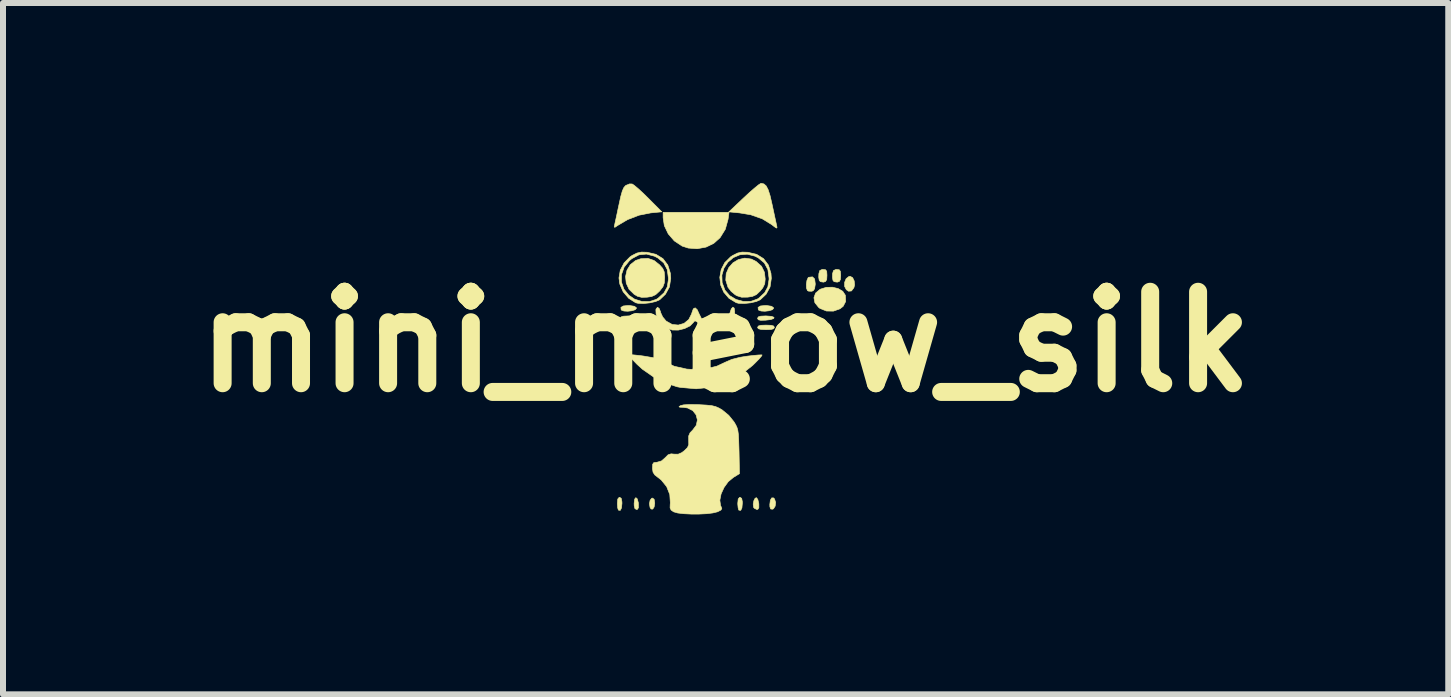
<source format=kicad_pcb>
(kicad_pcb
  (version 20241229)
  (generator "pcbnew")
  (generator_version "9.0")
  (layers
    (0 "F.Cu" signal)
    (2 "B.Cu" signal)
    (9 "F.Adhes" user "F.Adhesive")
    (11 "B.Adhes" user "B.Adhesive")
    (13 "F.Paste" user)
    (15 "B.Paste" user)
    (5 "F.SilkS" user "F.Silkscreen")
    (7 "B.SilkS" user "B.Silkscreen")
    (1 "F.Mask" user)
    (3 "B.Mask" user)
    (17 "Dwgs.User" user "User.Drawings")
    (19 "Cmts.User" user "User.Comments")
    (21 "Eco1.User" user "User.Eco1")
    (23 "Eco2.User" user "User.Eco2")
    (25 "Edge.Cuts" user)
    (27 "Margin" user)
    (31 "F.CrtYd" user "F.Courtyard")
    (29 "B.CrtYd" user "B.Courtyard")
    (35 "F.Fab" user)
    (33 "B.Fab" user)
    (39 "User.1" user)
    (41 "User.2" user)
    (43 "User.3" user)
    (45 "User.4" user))
  (footprint "mini_meow_silk"
    (layer "F.Cu")
    (at 9.042 2.647)
    (property "Reference" "mini_meow_silk" (at 0 0 0) (layer "F.SilkS") (effects (font (size 1.524 1.524) (thickness 0.3))))
    (attr through_hole)
    (fp_poly (pts (xy -1.473 2.615) (xy -1.455 2.678) (xy -1.453 2.701) (xy -1.453 2.765) (xy -1.47 2.792) (xy -1.484 2.794) (xy -1.511 2.779) (xy -1.523 2.729) (xy -1.524 2.69) (xy -1.515 2.62) (xy -1.496 2.596) (xy -1.473 2.615)) (stroke (width 0.01) (type solid)) (fill yes) (layer "F.SilkS"))
    (fp_poly (pts (xy -1.191 2.623) (xy -1.181 2.686) (xy -1.181 2.69) (xy -1.191 2.752) (xy -1.214 2.787) (xy -1.242 2.786) (xy -1.259 2.76) (xy -1.269 2.698) (xy -1.258 2.64) (xy -1.231 2.606) (xy -1.219 2.603) (xy -1.191 2.623)) (stroke (width 0.01) (type solid)) (fill yes) (layer "F.SilkS"))
    (fp_poly (pts (xy 0.8 2.601) (xy 0.816 2.619) (xy 0.834 2.677) (xy 0.826 2.738) (xy 0.798 2.782) (xy 0.781 2.789) (xy 0.751 2.785) (xy 0.738 2.748) (xy 0.737 2.708) (xy 0.746 2.639) (xy 0.769 2.6) (xy 0.8 2.601)) (stroke (width 0.01) (type solid)) (fill yes) (layer "F.SilkS"))
    (fp_poly (pts (xy -1.529 -0.276) (xy -1.485 -0.264) (xy -1.473 -0.241) (xy -1.486 -0.218) (xy -1.53 -0.206) (xy -1.613 -0.203) (xy -1.697 -0.207) (xy -1.741 -0.219) (xy -1.753 -0.241) (xy -1.74 -0.264) (xy -1.696 -0.276) (xy -1.613 -0.279) (xy -1.529 -0.276)) (stroke (width 0.01) (type solid)) (fill yes) (layer "F.SilkS"))
    (fp_poly (pts (xy 0.537 2.627) (xy 0.552 2.687) (xy 0.554 2.701) (xy 0.554 2.765) (xy 0.537 2.791) (xy 0.521 2.794) (xy 0.478 2.773) (xy 0.466 2.756) (xy 0.46 2.703) (xy 0.471 2.647) (xy 0.492 2.606) (xy 0.515 2.597) (xy 0.537 2.627)) (stroke (width 0.01) (type solid)) (fill yes) (layer "F.SilkS"))
    (fp_poly (pts (xy 0.757 -0.276) (xy 0.801 -0.264) (xy 0.813 -0.241) (xy 0.8 -0.218) (xy 0.756 -0.206) (xy 0.673 -0.203) (xy 0.589 -0.207) (xy 0.545 -0.219) (xy 0.533 -0.241) (xy 0.546 -0.264) (xy 0.59 -0.276) (xy 0.673 -0.279) (xy 0.757 -0.276)) (stroke (width 0.01) (type solid)) (fill yes) (layer "F.SilkS"))
    (fp_poly (pts (xy 2.117 -1.07) (xy 2.143 -1.016) (xy 2.15 -0.949) (xy 2.138 -0.902) (xy 2.097 -0.848) (xy 2.048 -0.844) (xy 2.012 -0.869) (xy 1.983 -0.925) (xy 1.984 -0.993) (xy 2.009 -1.053) (xy 2.055 -1.089) (xy 2.076 -1.092) (xy 2.117 -1.07)) (stroke (width 0.01) (type solid)) (fill yes) (layer "F.SilkS"))
    (fp_poly (pts (xy -1.739 2.608) (xy -1.728 2.664) (xy -1.727 2.691) (xy -1.735 2.768) (xy -1.755 2.808) (xy -1.783 2.805) (xy -1.787 2.802) (xy -1.798 2.768) (xy -1.803 2.705) (xy -1.803 2.688) (xy -1.797 2.619) (xy -1.774 2.592) (xy -1.765 2.591) (xy -1.739 2.608)) (stroke (width 0.01) (type solid)) (fill yes) (layer "F.SilkS"))
    (fp_poly (pts (xy -1.597 -0.605) (xy -1.521 -0.593) (xy -1.488 -0.57) (xy -1.486 -0.559) (xy -1.508 -0.535) (xy -1.563 -0.518) (xy -1.631 -0.51) (xy -1.695 -0.514) (xy -1.737 -0.53) (xy -1.74 -0.534) (xy -1.745 -0.574) (xy -1.705 -0.598) (xy -1.627 -0.606) (xy -1.597 -0.605)) (stroke (width 0.01) (type solid)) (fill yes) (layer "F.SilkS"))
    (fp_poly (pts (xy -1.521 -0.425) (xy -1.479 -0.409) (xy -1.484 -0.389) (xy -1.535 -0.371) (xy -1.621 -0.361) (xy -1.701 -0.359) (xy -1.741 -0.368) (xy -1.753 -0.39) (xy -1.753 -0.392) (xy -1.741 -0.416) (xy -1.701 -0.428) (xy -1.621 -0.432) (xy -1.611 -0.432) (xy -1.521 -0.425)) (stroke (width 0.01) (type solid)) (fill yes) (layer "F.SilkS"))
    (fp_poly (pts (xy 0.268 2.608) (xy 0.279 2.664) (xy 0.279 2.691) (xy 0.272 2.768) (xy 0.252 2.808) (xy 0.223 2.805) (xy 0.219 2.802) (xy 0.209 2.768) (xy 0.203 2.705) (xy 0.203 2.688) (xy 0.21 2.619) (xy 0.233 2.592) (xy 0.241 2.591) (xy 0.268 2.608)) (stroke (width 0.01) (type solid)) (fill yes) (layer "F.SilkS"))
    (fp_poly (pts (xy 0.689 -0.605) (xy 0.765 -0.593) (xy 0.798 -0.57) (xy 0.8 -0.559) (xy 0.778 -0.535) (xy 0.723 -0.518) (xy 0.655 -0.51) (xy 0.591 -0.514) (xy 0.549 -0.53) (xy 0.546 -0.534) (xy 0.541 -0.574) (xy 0.581 -0.598) (xy 0.659 -0.606) (xy 0.689 -0.605)) (stroke (width 0.01) (type solid)) (fill yes) (layer "F.SilkS"))
    (fp_poly (pts (xy 0.765 -0.425) (xy 0.807 -0.409) (xy 0.802 -0.389) (xy 0.751 -0.371) (xy 0.665 -0.361) (xy 0.585 -0.359) (xy 0.545 -0.368) (xy 0.533 -0.39) (xy 0.533 -0.392) (xy 0.545 -0.416) (xy 0.585 -0.428) (xy 0.665 -0.432) (xy 0.675 -0.432) (xy 0.765 -0.425)) (stroke (width 0.01) (type solid)) (fill yes) (layer "F.SilkS"))
    (fp_poly (pts (xy 1.484 -1.048) (xy 1.494 -0.97) (xy 1.494 -0.956) (xy 1.483 -0.885) (xy 1.46 -0.852) (xy 1.434 -0.843) (xy 1.384 -0.845) (xy 1.364 -0.854) (xy 1.348 -0.897) (xy 1.346 -0.961) (xy 1.356 -1.026) (xy 1.376 -1.07) (xy 1.384 -1.076) (xy 1.448 -1.083) (xy 1.484 -1.048)) (stroke (width 0.01) (type solid)) (fill yes) (layer "F.SilkS"))
    (fp_poly (pts (xy 1.667 -1.201) (xy 1.685 -1.175) (xy 1.689 -1.114) (xy 1.689 -1.105) (xy 1.685 -1.038) (xy 1.666 -1.006) (xy 1.632 -0.995) (xy 1.58 -1.003) (xy 1.56 -1.025) (xy 1.552 -1.077) (xy 1.554 -1.135) (xy 1.569 -1.188) (xy 1.608 -1.206) (xy 1.626 -1.206) (xy 1.667 -1.201)) (stroke (width 0.01) (type solid)) (fill yes) (layer "F.SilkS"))
    (fp_poly (pts (xy 1.895 -1.201) (xy 1.913 -1.175) (xy 1.918 -1.114) (xy 1.918 -1.105) (xy 1.913 -1.038) (xy 1.895 -1.006) (xy 1.86 -0.995) (xy 1.808 -1.003) (xy 1.789 -1.025) (xy 1.781 -1.077) (xy 1.782 -1.135) (xy 1.798 -1.188) (xy 1.837 -1.206) (xy 1.854 -1.206) (xy 1.895 -1.201)) (stroke (width 0.01) (type solid)) (fill yes) (layer "F.SilkS"))
    (fp_poly (pts (xy 1.876 -0.888) (xy 1.953 -0.842) (xy 1.995 -0.778) (xy 1.996 -0.774) (xy 2.001 -0.673) (xy 1.959 -0.592) (xy 1.908 -0.552) (xy 1.797 -0.512) (xy 1.68 -0.514) (xy 1.575 -0.556) (xy 1.551 -0.574) (xy 1.488 -0.652) (xy 1.472 -0.735) (xy 1.5 -0.813) (xy 1.573 -0.875) (xy 1.577 -0.877) (xy 1.675 -0.908) (xy 1.779 -0.911) (xy 1.876 -0.888)) (stroke (width 0.01) (type solid)) (fill yes) (layer "F.SilkS"))
    (fp_poly (pts (xy 0.429 -1.38) (xy 0.51 -1.339) (xy 0.599 -1.259) (xy 0.647 -1.16) (xy 0.66 -1.047) (xy 0.652 -0.967) (xy 0.62 -0.901) (xy 0.576 -0.847) (xy 0.512 -0.787) (xy 0.446 -0.757) (xy 0.367 -0.745) (xy 0.267 -0.744) (xy 0.19 -0.768) (xy 0.16 -0.785) (xy 0.093 -0.841) (xy 0.041 -0.908) (xy 0.039 -0.912) (xy 0.003 -1.028) (xy 0.01 -1.138) (xy 0.053 -1.237) (xy 0.123 -1.317) (xy 0.214 -1.372) (xy 0.319 -1.395) (xy 0.429 -1.38)) (stroke (width 0.01) (type solid)) (fill yes) (layer "F.SilkS"))
    (fp_poly (pts (xy -1.557 -2.631) (xy -1.522 -2.608) (xy -1.46 -2.556) (xy -1.38 -2.483) (xy -1.291 -2.396) (xy -1.287 -2.392) (xy -1.063 -2.167) (xy -1.249 -2.149) (xy -1.441 -2.111) (xy -1.634 -2.037) (xy -1.801 -1.938) (xy -1.844 -1.909) (xy -1.856 -1.914) (xy -1.848 -1.956) (xy -1.837 -2.007) (xy -1.818 -2.093) (xy -1.795 -2.203) (xy -1.775 -2.295) (xy -1.747 -2.423) (xy -1.722 -2.511) (xy -1.698 -2.567) (xy -1.671 -2.6) (xy -1.66 -2.608) (xy -1.601 -2.632) (xy -1.557 -2.631)) (stroke (width 0.01) (type solid)) (fill yes) (layer "F.SilkS"))
    (fp_poly (pts (xy -1.192 -1.356) (xy -1.101 -1.284) (xy -1.048 -1.224) (xy -1.023 -1.167) (xy -1.016 -1.09) (xy -1.016 -1.069) (xy -1.021 -0.982) (xy -1.044 -0.919) (xy -1.093 -0.855) (xy -1.1 -0.847) (xy -1.165 -0.787) (xy -1.232 -0.756) (xy -1.31 -0.744) (xy -1.4 -0.742) (xy -1.469 -0.76) (xy -1.523 -0.792) (xy -1.609 -0.876) (xy -1.656 -0.978) (xy -1.667 -1.088) (xy -1.643 -1.195) (xy -1.587 -1.287) (xy -1.5 -1.356) (xy -1.414 -1.385) (xy -1.294 -1.391) (xy -1.192 -1.356)) (stroke (width 0.01) (type solid)) (fill yes) (layer "F.SilkS"))
    (fp_poly (pts (xy -1.526 0.218) (xy -1.432 0.228) (xy -1.371 0.236) (xy -1.206 0.264) (xy -1.086 0.299) (xy -1.041 0.321) (xy -0.855 0.407) (xy -0.646 0.454) (xy -0.52 0.461) (xy -0.319 0.448) (xy -0.145 0.405) (xy 0 0.337) (xy 0.104 0.292) (xy 0.243 0.257) (xy 0.355 0.239) (xy 0.46 0.227) (xy 0.545 0.219) (xy 0.597 0.217) (xy 0.608 0.219) (xy 0.596 0.24) (xy 0.555 0.288) (xy 0.491 0.353) (xy 0.45 0.393) (xy 0.241 0.559) (xy 0.012 0.68) (xy -0.233 0.755) (xy -0.49 0.782) (xy -0.753 0.759) (xy -0.806 0.749) (xy -1.003 0.686) (xy -1.202 0.584) (xy -1.386 0.456) (xy -1.477 0.373) (xy -1.544 0.304) (xy -1.594 0.249) (xy -1.618 0.218) (xy -1.619 0.214) (xy -1.592 0.213) (xy -1.526 0.218)) (stroke (width 0.01) (type solid)) (fill yes) (layer "F.SilkS"))
    (fp_poly (pts (xy 0.638 -2.632) (xy 0.676 -2.599) (xy 0.709 -2.536) (xy 0.741 -2.437) (xy 0.774 -2.294) (xy 0.776 -2.285) (xy 0.802 -2.164) (xy 0.825 -2.057) (xy 0.843 -1.975) (xy 0.852 -1.935) (xy 0.857 -1.902) (xy 0.847 -1.896) (xy 0.813 -1.919) (xy 0.767 -1.955) (xy 0.61 -2.051) (xy 0.419 -2.118) (xy 0.233 -2.149) (xy 0.058 -2.166) (xy 0.041 -2.042) (xy -0.005 -1.876) (xy -0.093 -1.735) (xy -0.198 -1.641) (xy -0.326 -1.579) (xy -0.474 -1.552) (xy -0.622 -1.563) (xy -0.724 -1.596) (xy -0.855 -1.683) (xy -0.956 -1.8) (xy -1.021 -1.936) (xy -1.041 -2.069) (xy -1.041 -2.159) (xy -0.497 -2.159) (xy 0.047 -2.159) (xy 0.302 -2.4) (xy 0.397 -2.488) (xy 0.482 -2.562) (xy 0.547 -2.615) (xy 0.586 -2.64) (xy 0.591 -2.642) (xy 0.638 -2.632)) (stroke (width 0.01) (type solid)) (fill yes) (layer "F.SilkS"))
    (fp_poly (pts (xy -1.309 -1.493) (xy -1.161 -1.459) (xy -1.044 -1.387) (xy -0.963 -1.28) (xy -0.92 -1.142) (xy -0.914 -1.059) (xy -0.936 -0.915) (xy -1.002 -0.794) (xy -1.098 -0.702) (xy -1.166 -0.672) (xy -1.262 -0.65) (xy -1.366 -0.639) (xy -1.458 -0.642) (xy -1.499 -0.652) (xy -1.615 -0.726) (xy -1.707 -0.834) (xy -1.763 -0.963) (xy -1.768 -0.997) (xy -1.736 -0.997) (xy -1.694 -0.878) (xy -1.611 -0.776) (xy -1.517 -0.712) (xy -1.395 -0.673) (xy -1.268 -0.672) (xy -1.155 -0.708) (xy -1.123 -0.729) (xy -1.026 -0.818) (xy -0.972 -0.916) (xy -0.953 -1.038) (xy -0.953 -1.062) (xy -0.972 -1.204) (xy -1.031 -1.316) (xy -1.132 -1.4) (xy -1.187 -1.428) (xy -1.319 -1.463) (xy -1.444 -1.45) (xy -1.564 -1.386) (xy -1.603 -1.353) (xy -1.691 -1.244) (xy -1.735 -1.122) (xy -1.736 -0.997) (xy -1.768 -0.997) (xy -1.777 -1.065) (xy -1.755 -1.194) (xy -1.691 -1.316) (xy -1.595 -1.414) (xy -1.559 -1.439) (xy -1.477 -1.48) (xy -1.402 -1.496) (xy -1.309 -1.493)) (stroke (width 0.01) (type solid)) (fill yes) (layer "F.SilkS"))
    (fp_poly (pts (xy 0.368 -1.493) (xy 0.516 -1.459) (xy 0.632 -1.387) (xy 0.713 -1.28) (xy 0.756 -1.142) (xy 0.762 -1.059) (xy 0.741 -0.915) (xy 0.675 -0.794) (xy 0.578 -0.702) (xy 0.511 -0.672) (xy 0.414 -0.65) (xy 0.31 -0.639) (xy 0.219 -0.642) (xy 0.178 -0.652) (xy 0.056 -0.726) (xy -0.031 -0.828) (xy -0.082 -0.947) (xy -0.097 -1.076) (xy -0.09 -1.112) (xy -0.062 -1.112) (xy -0.058 -0.988) (xy -0.011 -0.862) (xy -0.011 -0.862) (xy 0.068 -0.77) (xy 0.175 -0.706) (xy 0.297 -0.673) (xy 0.419 -0.674) (xy 0.529 -0.713) (xy 0.554 -0.729) (xy 0.65 -0.818) (xy 0.704 -0.916) (xy 0.724 -1.038) (xy 0.724 -1.062) (xy 0.705 -1.204) (xy 0.646 -1.315) (xy 0.544 -1.4) (xy 0.489 -1.428) (xy 0.36 -1.461) (xy 0.238 -1.451) (xy 0.128 -1.404) (xy 0.038 -1.327) (xy -0.028 -1.227) (xy -0.062 -1.112) (xy -0.09 -1.112) (xy -0.074 -1.203) (xy -0.014 -1.32) (xy 0.084 -1.417) (xy 0.118 -1.439) (xy 0.2 -1.48) (xy 0.274 -1.496) (xy 0.368 -1.493)) (stroke (width 0.01) (type solid)) (fill yes) (layer "F.SilkS"))
    (fp_poly (pts (xy 0.143 -0.563) (xy 0.152 -0.502) (xy 0.152 -0.498) (xy 0.135 -0.411) (xy 0.08 -0.325) (xy 0.074 -0.319) (xy -0.031 -0.234) (xy -0.148 -0.195) (xy -0.27 -0.202) (xy -0.387 -0.256) (xy -0.438 -0.298) (xy -0.486 -0.341) (xy -0.513 -0.35) (xy -0.533 -0.33) (xy -0.536 -0.324) (xy -0.593 -0.266) (xy -0.683 -0.222) (xy -0.787 -0.196) (xy -0.888 -0.197) (xy -0.889 -0.197) (xy -0.975 -0.23) (xy -1.055 -0.293) (xy -1.119 -0.373) (xy -1.158 -0.458) (xy -1.162 -0.535) (xy -1.158 -0.549) (xy -1.135 -0.576) (xy -1.108 -0.558) (xy -1.084 -0.501) (xy -1.08 -0.483) (xy -1.049 -0.416) (xy -0.995 -0.351) (xy -0.987 -0.344) (xy -0.89 -0.29) (xy -0.788 -0.28) (xy -0.692 -0.308) (xy -0.614 -0.372) (xy -0.566 -0.467) (xy -0.562 -0.483) (xy -0.538 -0.55) (xy -0.507 -0.567) (xy -0.473 -0.536) (xy -0.443 -0.47) (xy -0.391 -0.365) (xy -0.316 -0.303) (xy -0.213 -0.28) (xy -0.189 -0.279) (xy -0.074 -0.301) (xy 0.013 -0.361) (xy 0.066 -0.455) (xy 0.072 -0.481) (xy 0.095 -0.55) (xy 0.121 -0.578) (xy 0.143 -0.563)) (stroke (width 0.01) (type solid)) (fill yes) (layer "F.SilkS"))
    (fp_poly (pts (xy -0.469 1.046) (xy -0.442 1.047) (xy -0.318 1.054) (xy -0.231 1.063) (xy -0.166 1.079) (xy -0.109 1.104) (xy -0.059 1.133) (xy 0.052 1.224) (xy 0.139 1.332) (xy 0.169 1.382) (xy 0.19 1.427) (xy 0.204 1.477) (xy 0.213 1.542) (xy 0.218 1.632) (xy 0.222 1.759) (xy 0.224 1.827) (xy 0.231 2.197) (xy 0.131 2.258) (xy 0.044 2.33) (xy -0.026 2.427) (xy -0.075 2.534) (xy -0.096 2.639) (xy -0.084 2.728) (xy -0.077 2.741) (xy -0.063 2.779) (xy -0.079 2.804) (xy -0.134 2.832) (xy -0.138 2.833) (xy -0.211 2.851) (xy -0.317 2.864) (xy -0.443 2.87) (xy -0.574 2.87) (xy -0.697 2.864) (xy -0.799 2.852) (xy -0.864 2.833) (xy -0.867 2.832) (xy -0.908 2.803) (xy -0.925 2.767) (xy -0.923 2.703) (xy -0.921 2.684) (xy -0.93 2.545) (xy -0.982 2.413) (xy -1.072 2.302) (xy -1.115 2.268) (xy -1.179 2.218) (xy -1.209 2.173) (xy -1.218 2.113) (xy -1.218 2.102) (xy -1.215 2.039) (xy -1.197 2.013) (xy -1.152 2.007) (xy -1.145 2.007) (xy -1.067 1.984) (xy -1.008 1.932) (xy -0.958 1.882) (xy -0.908 1.866) (xy -0.858 1.871) (xy -0.79 1.872) (xy -0.73 1.846) (xy -0.688 1.814) (xy -0.635 1.762) (xy -0.614 1.713) (xy -0.615 1.643) (xy -0.615 1.642) (xy -0.615 1.568) (xy -0.592 1.515) (xy -0.549 1.471) (xy -0.488 1.39) (xy -0.47 1.301) (xy -0.492 1.216) (xy -0.547 1.146) (xy -0.633 1.102) (xy -0.706 1.091) (xy -0.764 1.089) (xy -0.776 1.08) (xy -0.752 1.063) (xy -0.7 1.05) (xy -0.603 1.044) (xy -0.469 1.046)) (stroke (width 0.01) (type solid)) (fill yes) (layer "F.SilkS")))
  (gr_rect
    (start -3 -3)
    (end 21.085 8.521)
    (stroke (width 0.1) (type default))
    (fill no)
    (layer "Edge.Cuts")))
</source>
